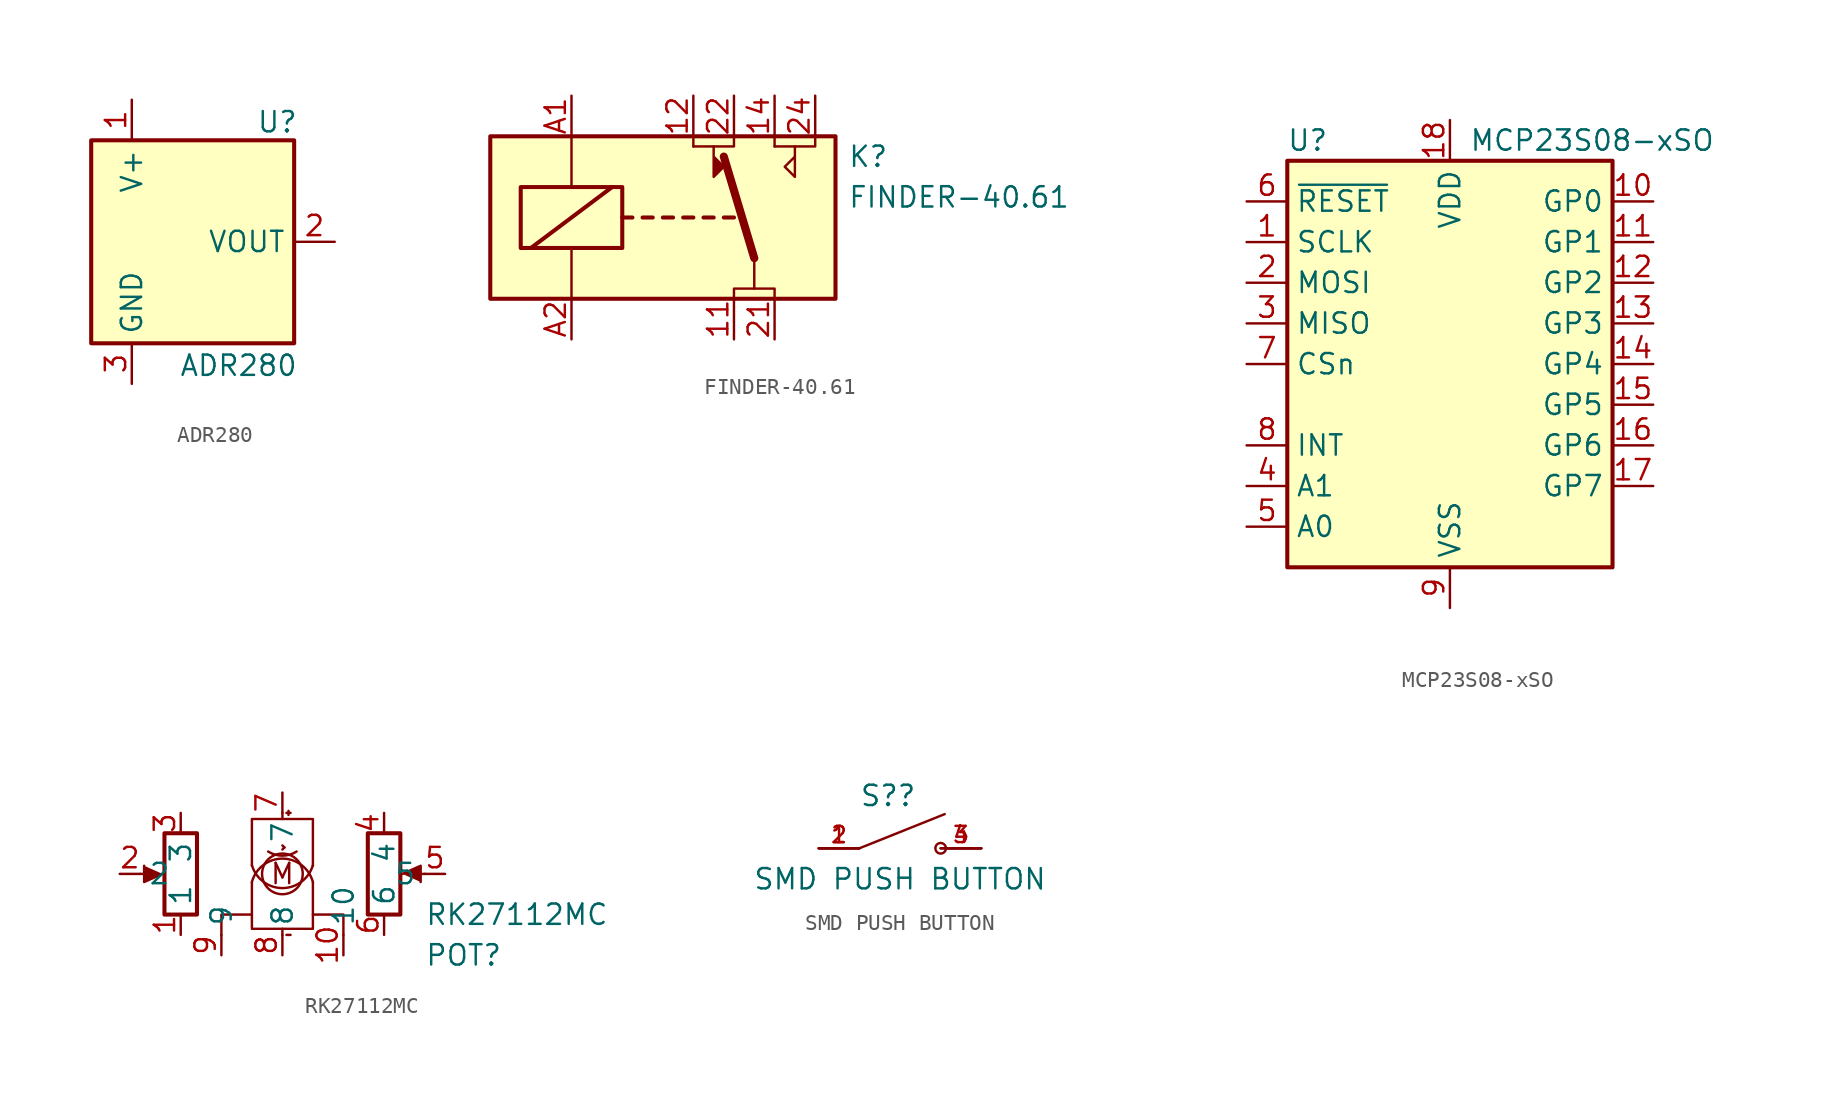
<source format=kicad_sym>
(kicad_symbol_lib
  (version 20211014)
  (generator kicad_symbol_editor)
  (symbol "ADR280"
    (property "Reference" "U"
      (at 6.604 7.493 0)
      (effects (font (size 1.27 1.27)) (justify right)))
    (property "Value" "ADR280"
      (at 6.604 -7.747 0)
      (effects (font (size 1.27 1.27)) (justify right)))
    (symbol "ADR280_0_1"
      (rectangle (start -6.35 6.35) (end 6.35 -6.35) (stroke (width 0.254) (type default) (color 0 0 0 0)) (fill (type background))))
    (symbol "ADR280_1_1"
      (pin power_in line (at -3.81 8.89 270) (length 2.54) (name "V+" (effects (font (size 1.27 1.27)))) (number "1" (effects (font (size 1.27 1.27)))))
      (pin power_out line (at 8.89 0 180) (length 2.54) (name "VOUT" (effects (font (size 1.27 1.27)))) (number "2" (effects (font (size 1.27 1.27)))))
      (pin power_in line (at -3.81 -8.89 90) (length 2.54) (name "GND" (effects (font (size 1.27 1.27)))) (number "3" (effects (font (size 1.27 1.27)))))))
  (symbol "FINDER-40.61"
    (property "Reference" "K"
      (at 7.112 3.81 0)
      (effects (font (size 1.27 1.27)) (justify left)))
    (property "Value" "FINDER-40.61"
      (at 7.112 1.27 0)
      (effects (font (size 1.27 1.27)) (justify left)))
    (symbol "FINDER-40.61_0_1"
      (rectangle (start -15.24 5.08) (end 6.35 -5.08) (stroke (width 0.254) (type default) (color 0 0 0 0)) (fill (type background)))
      (rectangle (start -13.335 1.905) (end -6.985 -1.905) (stroke (width 0.254) (type default) (color 0 0 0 0)) (fill (type none)))
      (polyline (pts (xy -12.7 -1.905) (xy -7.62 1.905)) (stroke (width 0.254) (type default) (color 0 0 0 0)) (fill (type none)))
      (polyline (pts (xy -10.16 -5.08) (xy -10.16 -1.905)) (stroke (width 0) (type default) (color 0 0 0 0)) (fill (type none)))
      (polyline (pts (xy -10.16 5.08) (xy -10.16 1.905)) (stroke (width 0) (type default) (color 0 0 0 0)) (fill (type none)))
      (polyline (pts (xy -6.985 0) (xy -6.35 0)) (stroke (width 0.254) (type default) (color 0 0 0 0)) (fill (type none)))
      (polyline (pts (xy -5.715 0) (xy -5.08 0)) (stroke (width 0.254) (type default) (color 0 0 0 0)) (fill (type none)))
      (polyline (pts (xy -4.445 0) (xy -3.81 0)) (stroke (width 0.254) (type default) (color 0 0 0 0)) (fill (type none)))
      (polyline (pts (xy -3.175 0) (xy -2.54 0)) (stroke (width 0.254) (type default) (color 0 0 0 0)) (fill (type none)))
      (polyline (pts (xy -2.54 4.445) (xy -2.54 5.08)) (stroke (width 0) (type default) (color 0 0 0 0)) (fill (type none)))
      (polyline (pts (xy -1.905 0) (xy -1.27 0)) (stroke (width 0.254) (type default) (color 0 0 0 0)) (fill (type none)))
      (polyline (pts (xy -0.635 0) (xy 0 0)) (stroke (width 0.254) (type default) (color 0 0 0 0)) (fill (type none)))
      (polyline (pts (xy 1.27 -2.54) (xy -0.635 3.81)) (stroke (width 0.508) (type default) (color 0 0 0 0)) (fill (type none)))
      (polyline (pts (xy 1.27 -2.54) (xy 1.27 -4.445)) (stroke (width 0) (type default) (color 0 0 0 0)) (fill (type none)))
      (polyline (pts (xy 2.54 4.445) (xy 2.54 5.08)) (stroke (width 0) (type default) (color 0 0 0 0)) (fill (type none)))
      (polyline (pts (xy 0 5.08) (xy 0 4.445) (xy -2.54 4.445)) (stroke (width 0) (type default) (color 0 0 0 0)) (fill (type none)))
      (polyline (pts (xy 5.08 5.08) (xy 5.08 4.445) (xy 2.54 4.445)) (stroke (width 0) (type default) (color 0 0 0 0)) (fill (type none)))
      (polyline (pts (xy -1.27 4.445) (xy -1.27 2.54) (xy -0.635 3.175) (xy -1.27 3.81)) (stroke (width 0) (type default) (color 0 0 0 0)) (fill (type outline)))
      (polyline (pts (xy 2.54 -5.08) (xy 2.54 -4.445) (xy 0 -4.445) (xy 0 -5.08)) (stroke (width 0) (type default) (color 0 0 0 0)) (fill (type none)))
      (polyline (pts (xy 3.81 4.445) (xy 3.81 2.54) (xy 3.175 3.175) (xy 3.81 3.81)) (stroke (width 0) (type default) (color 0 0 0 0)) (fill (type none))))
    (symbol "FINDER-40.61_1_1"
      (pin passive line (at 0 -7.62 90) (length 2.54) (name "~" (effects (font (size 1.27 1.27)))) (number "11" (effects (font (size 1.27 1.27)))))
      (pin passive line (at -2.54 7.62 270) (length 2.54) (name "~" (effects (font (size 1.27 1.27)))) (number "12" (effects (font (size 1.27 1.27)))))
      (pin passive line (at 2.54 7.62 270) (length 2.54) (name "~" (effects (font (size 1.27 1.27)))) (number "14" (effects (font (size 1.27 1.27)))))
      (pin passive line (at 2.54 -7.62 90) (length 2.54) (name "~" (effects (font (size 1.27 1.27)))) (number "21" (effects (font (size 1.27 1.27)))))
      (pin passive line (at 0 7.62 270) (length 2.54) (name "~" (effects (font (size 1.27 1.27)))) (number "22" (effects (font (size 1.27 1.27)))))
      (pin passive line (at 5.08 7.62 270) (length 2.54) (name "~" (effects (font (size 1.27 1.27)))) (number "24" (effects (font (size 1.27 1.27)))))
      (pin passive line (at -10.16 7.62 270) (length 2.54) (name "~" (effects (font (size 1.27 1.27)))) (number "A1" (effects (font (size 1.27 1.27)))))
      (pin passive line (at -10.16 -7.62 90) (length 2.54) (name "~" (effects (font (size 1.27 1.27)))) (number "A2" (effects (font (size 1.27 1.27)))))))
  (symbol "MCP23S08-xSO"
    (property "Reference" "U"
      (at -8.89 13.97 0)
      (effects (font (size 1.27 1.27))))
    (property "Value" "MCP23S08-xSO"
      (at 8.89 13.97 0)
      (effects (font (size 1.27 1.27))))
    (symbol "MCP23S08-xSO_0_1"
      (rectangle (start -10.16 12.7) (end 10.16 -12.7) (stroke (width 0.254) (type default) (color 0 0 0 0)) (fill (type background))))
    (symbol "MCP23S08-xSO_1_1"
      (pin input line (at -12.7 7.62 0) (length 2.54) (name "SCLK" (effects (font (size 1.27 1.27)))) (number "1" (effects (font (size 1.27 1.27)))))
      (pin bidirectional line (at 12.7 10.16 180) (length 2.54) (name "GP0" (effects (font (size 1.27 1.27)))) (number "10" (effects (font (size 1.27 1.27)))))
      (pin bidirectional line (at 12.7 7.62 180) (length 2.54) (name "GP1" (effects (font (size 1.27 1.27)))) (number "11" (effects (font (size 1.27 1.27)))))
      (pin bidirectional line (at 12.7 5.08 180) (length 2.54) (name "GP2" (effects (font (size 1.27 1.27)))) (number "12" (effects (font (size 1.27 1.27)))))
      (pin bidirectional line (at 12.7 2.54 180) (length 2.54) (name "GP3" (effects (font (size 1.27 1.27)))) (number "13" (effects (font (size 1.27 1.27)))))
      (pin bidirectional line (at 12.7 0 180) (length 2.54) (name "GP4" (effects (font (size 1.27 1.27)))) (number "14" (effects (font (size 1.27 1.27)))))
      (pin bidirectional line (at 12.7 -2.54 180) (length 2.54) (name "GP5" (effects (font (size 1.27 1.27)))) (number "15" (effects (font (size 1.27 1.27)))))
      (pin bidirectional line (at 12.7 -5.08 180) (length 2.54) (name "GP6" (effects (font (size 1.27 1.27)))) (number "16" (effects (font (size 1.27 1.27)))))
      (pin bidirectional line (at 12.7 -7.62 180) (length 2.54) (name "GP7" (effects (font (size 1.27 1.27)))) (number "17" (effects (font (size 1.27 1.27)))))
      (pin power_in line (at 0 15.24 270) (length 2.54) (name "VDD" (effects (font (size 1.27 1.27)))) (number "18" (effects (font (size 1.27 1.27)))))
      (pin input line (at -12.7 5.08 0) (length 2.54) (name "MOSI" (effects (font (size 1.27 1.27)))) (number "2" (effects (font (size 1.27 1.27)))))
      (pin output line (at -12.7 2.54 0) (length 2.54) (name "MISO" (effects (font (size 1.27 1.27)))) (number "3" (effects (font (size 1.27 1.27)))))
      (pin input line (at -12.7 -7.62 0) (length 2.54) (name "A1" (effects (font (size 1.27 1.27)))) (number "4" (effects (font (size 1.27 1.27)))))
      (pin input line (at -12.7 -10.16 0) (length 2.54) (name "A0" (effects (font (size 1.27 1.27)))) (number "5" (effects (font (size 1.27 1.27)))))
      (pin input line (at -12.7 10.16 0) (length 2.54) (name "~{RESET}" (effects (font (size 1.27 1.27)))) (number "6" (effects (font (size 1.27 1.27)))))
      (pin input line (at -12.7 0 0) (length 2.54) (name "CSn" (effects (font (size 1.27 1.27)))) (number "7" (effects (font (size 1.27 1.27)))))
      (pin output line (at -12.7 -5.08 0) (length 2.54) (name "INT" (effects (font (size 1.27 1.27)))) (number "8" (effects (font (size 1.27 1.27)))))
      (pin power_in line (at 0 -15.24 90) (length 2.54) (name "VSS" (effects (font (size 1.27 1.27)))) (number "9" (effects (font (size 1.27 1.27)))))))
  (symbol "RK27112MC"
    (property "Reference" "POT"
      (at 8.89 -5.08 0)
      (effects (font (size 1.27 1.27)) (justify left)))
    (property "Value" "RK27112MC"
      (at 8.89 -2.54 0)
      (effects (font (size 1.27 1.27)) (justify left)))
    (symbol "RK27112MC_0_0"
      (arc (start -1.905 0.5485) (mid 0 -1.9806) (end 1.905 0.5485) (stroke (width 0) (type default) (color 0 0 0 0)) (fill (type none)))
      (arc (start -0.889 1.397) (mid 0 -1.661) (end 0.889 1.397) (stroke (width 0) (type default) (color 0 0 0 0)) (fill (type none)))
      (polyline (pts (xy 0 -3.81) (xy 0 -3.429)) (stroke (width 0) (type default) (color 0 0 0 0)) (fill (type none)))
      (polyline (pts (xy 0 3.81) (xy 0 3.429)) (stroke (width 0) (type default) (color 0 0 0 0)) (fill (type none)))
      (polyline (pts (xy 0.127 1.651) (xy 0 1.524)) (stroke (width 0) (type default) (color 0 0 0 0)) (fill (type none)))
      (polyline (pts (xy 0.127 1.651) (xy 0 1.778)) (stroke (width 0) (type default) (color 0 0 0 0)) (fill (type none)))
      (polyline (pts (xy 0.254 -3.81) (xy 0.508 -3.81)) (stroke (width 0) (type default) (color 0 0 0 0)) (fill (type none)))
      (polyline (pts (xy 0.254 3.81) (xy 0.508 3.81)) (stroke (width 0) (type default) (color 0 0 0 0)) (fill (type none)))
      (polyline (pts (xy 0.381 3.937) (xy 0.381 3.683)) (stroke (width 0) (type default) (color 0 0 0 0)) (fill (type none)))
      (polyline (pts (xy -3.81 -3.81) (xy -3.81 -2.54) (xy -1.905 -2.54)) (stroke (width 0) (type default) (color 0 0 0 0)) (fill (type none)))
      (polyline (pts (xy 3.81 -3.81) (xy 3.81 -2.54) (xy 1.905 -2.54)) (stroke (width 0) (type default) (color 0 0 0 0)) (fill (type none)))
      (polyline (pts (xy -1.905 0.508) (xy -1.905 3.429) (xy 1.905 3.429) (xy 1.905 0.508)) (stroke (width 0) (type default) (color 0 0 0 0)) (fill (type none)))
      (polyline (pts (xy 1.905 -0.508) (xy 1.905 -3.429) (xy -1.905 -3.429) (xy -1.905 -0.508)) (stroke (width 0) (type default) (color 0 0 0 0)) (fill (type none)))
      (arc (start 1.905 -0.508) (mid 0 1.9737) (end -1.905 -0.508) (stroke (width 0) (type default) (color 0 0 0 0)) (fill (type none)))
      (text "M" (at 0 0 0) (effects (font (size 1.27 1.27)))))
    (symbol "RK27112MC_0_1"
      (rectangle (start -7.366 -2.54) (end -5.334 2.54) (stroke (width 0.254) (type default) (color 0 0 0 0)) (fill (type none)))
      (polyline (pts (xy -8.89 0) (xy -7.874 0)) (stroke (width 0) (type default) (color 0 0 0 0)) (fill (type none)))
      (polyline (pts (xy 8.89 0) (xy 7.874 0)) (stroke (width 0) (type default) (color 0 0 0 0)) (fill (type none)))
      (polyline (pts (xy -7.493 0) (xy -8.636 -0.508) (xy -8.636 0.508)) (stroke (width 0) (type default) (color 0 0 0 0)) (fill (type outline)))
      (polyline (pts (xy 7.493 0) (xy 8.636 0.508) (xy 8.636 -0.508)) (stroke (width 0) (type default) (color 0 0 0 0)) (fill (type outline)))
      (circle (center 0 0) (radius 1.27) (stroke (width 0) (type default) (color 0 0 0 0)) (fill (type none)))
      (rectangle (start 7.366 2.54) (end 5.334 -2.54) (stroke (width 0.254) (type default) (color 0 0 0 0)) (fill (type none))))
    (symbol "RK27112MC_1_1"
      (pin passive line (at -6.35 -3.81 90) (length 1.27) (name "1" (effects (font (size 1.27 1.27)))) (number "1" (effects (font (size 1.27 1.27)))))
      (pin power_in line (at 3.81 -5.08 90) (length 1.27) (name "10" (effects (font (size 1.27 1.27)))) (number "10" (effects (font (size 1.27 1.27)))))
      (pin passive line (at -10.16 0 0) (length 1.27) (name "2" (effects (font (size 1.27 1.27)))) (number "2" (effects (font (size 1.27 1.27)))))
      (pin passive line (at -6.35 3.81 270) (length 1.27) (name "3" (effects (font (size 1.27 1.27)))) (number "3" (effects (font (size 1.27 1.27)))))
      (pin passive line (at 6.35 3.81 270) (length 1.27) (name "4" (effects (font (size 1.27 1.27)))) (number "4" (effects (font (size 1.27 1.27)))))
      (pin passive line (at 10.16 0 180) (length 1.27) (name "5" (effects (font (size 1.27 1.27)))) (number "5" (effects (font (size 1.27 1.27)))))
      (pin passive line (at 6.35 -3.81 90) (length 1.27) (name "6" (effects (font (size 1.27 1.27)))) (number "6" (effects (font (size 1.27 1.27)))))
      (pin bidirectional line (at 0 5.08 270) (length 1.27) (name "7" (effects (font (size 1.27 1.27)))) (number "7" (effects (font (size 1.27 1.27)))))
      (pin bidirectional line (at 0 -5.08 90) (length 1.27) (name "8" (effects (font (size 1.27 1.27)))) (number "8" (effects (font (size 1.27 1.27)))))
      (pin power_in line (at -3.81 -5.08 90) (length 1.27) (name "9" (effects (font (size 1.27 1.27)))) (number "9" (effects (font (size 1.27 1.27)))))))
  (symbol "SMD PUSH BUTTON"
    (pin_names
      (offset 1.016) hide)
    (property "Reference" "S?"
      (at -2.54 2.54 0)
      (effects (font (size 1.27 1.27)) (justify left bottom)))
    (property "Value" "SMD PUSH BUTTON"
      (at 0 -2.667 0)
      (effects (font (size 1.27 1.27)) (justify bottom)))
    (property "ki_locked" ""
      (at 0 0 0)
      (effects (font (size 1.27 1.27))))
    (symbol "SMD PUSH BUTTON_0_0"
      (polyline (pts (xy -2.54 0) (xy -5.08 0)) (stroke (width 0.152) (type default) (color 0 0 0 0)) (fill (type none)))
      (polyline (pts (xy -2.54 0) (xy 2.794 2.134)) (stroke (width 0.152) (type default) (color 0 0 0 0)) (fill (type none)))
      (polyline (pts (xy 5.08 0) (xy 2.921 0)) (stroke (width 0.152) (type default) (color 0 0 0 0)) (fill (type none)))
      (circle (center 2.54 0) (radius 0.33) (stroke (width 0.152) (type default) (color 0 0 0 0)) (fill (type none)))
      (pin passive line (at -5.08 0 0) (length 2.54) (name "~" (effects (font (size 1.016 1.016)))) (number "1" (effects (font (size 1.016 1.016)))))
      (pin passive line (at -5.08 0 0) (length 2.54) (name "~" (effects (font (size 1.016 1.016)))) (number "2" (effects (font (size 1.016 1.016)))))
      (pin passive line (at 5.08 0 180) (length 2.54) (name "~" (effects (font (size 1.016 1.016)))) (number "3" (effects (font (size 1.016 1.016)))))
      (pin passive line (at 5.08 0 180) (length 2.54) (name "~" (effects (font (size 1.016 1.016)))) (number "4" (effects (font (size 1.016 1.016))))))))
</source>
